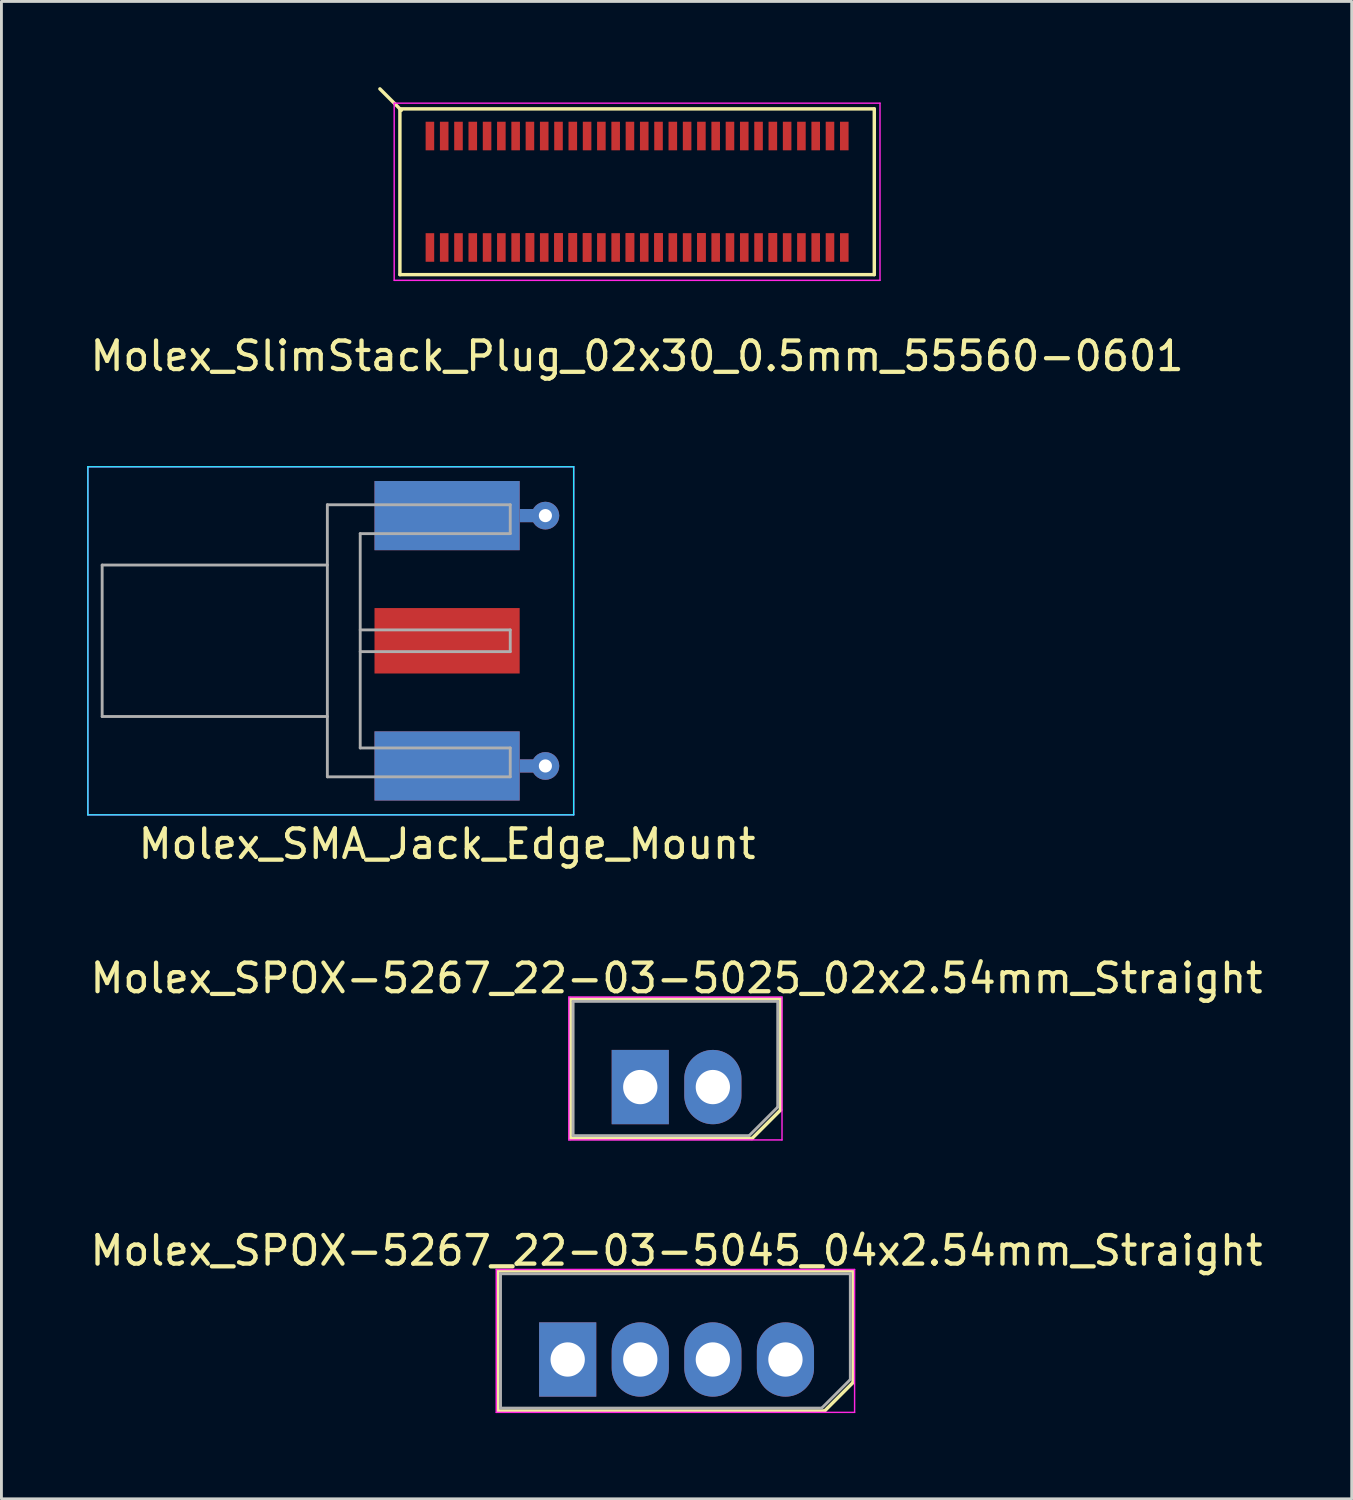
<source format=kicad_pcb>
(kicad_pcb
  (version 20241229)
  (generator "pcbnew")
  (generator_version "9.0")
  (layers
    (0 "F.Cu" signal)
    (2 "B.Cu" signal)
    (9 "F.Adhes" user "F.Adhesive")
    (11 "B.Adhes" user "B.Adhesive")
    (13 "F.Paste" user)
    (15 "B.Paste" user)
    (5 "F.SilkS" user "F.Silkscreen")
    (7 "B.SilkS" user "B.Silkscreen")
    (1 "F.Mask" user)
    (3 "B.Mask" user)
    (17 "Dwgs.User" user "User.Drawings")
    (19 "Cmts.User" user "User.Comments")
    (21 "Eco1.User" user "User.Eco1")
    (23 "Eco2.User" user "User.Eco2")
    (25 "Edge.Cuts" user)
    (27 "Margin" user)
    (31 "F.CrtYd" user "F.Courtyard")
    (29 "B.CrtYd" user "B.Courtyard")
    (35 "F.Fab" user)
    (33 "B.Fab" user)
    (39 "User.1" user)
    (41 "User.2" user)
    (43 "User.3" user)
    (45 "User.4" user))
  (footprint "Molex_SMA_Jack_Edge_Mount"
    (layer "F.Cu")
    (at 14.315 19.373)
    (property "Reference" "Molex_SMA_Jack_Edge_Mount" (at -1.72 7.11 0) (layer "F.SilkS") (effects (font (size 1 1) (thickness 0.15))))
    (attr smd)
    (fp_line (start -14.29 -6.09) (end -14.29 6.09) (stroke (width 0.05) (type solid)) (layer "B.CrtYd"))
    (fp_line (start -14.29 -6.09) (end 2.71 -6.09) (stroke (width 0.05) (type solid)) (layer "B.CrtYd"))
    (fp_line (start -14.29 6.09) (end 2.71 6.09) (stroke (width 0.05) (type solid)) (layer "B.CrtYd"))
    (fp_line (start 2.71 -6.09) (end 2.71 6.09) (stroke (width 0.05) (type solid)) (layer "B.CrtYd"))
    (fp_line (start -14.29 -6.09) (end -14.29 6.09) (stroke (width 0.05) (type solid)) (layer "F.CrtYd"))
    (fp_line (start -14.29 6.09) (end 2.71 6.09) (stroke (width 0.05) (type solid)) (layer "F.CrtYd"))
    (fp_line (start 2.71 -6.09) (end -14.29 -6.09) (stroke (width 0.05) (type solid)) (layer "F.CrtYd"))
    (fp_line (start 2.71 -6.09) (end 2.71 6.09) (stroke (width 0.05) (type solid)) (layer "F.CrtYd"))
    (fp_line (start -13.79 -2.65) (end -13.79 2.65) (stroke (width 0.1) (type solid)) (layer "F.Fab"))
    (fp_line (start -13.79 -2.65) (end -5.91 -2.65) (stroke (width 0.1) (type solid)) (layer "F.Fab"))
    (fp_line (start -13.79 2.65) (end -5.91 2.65) (stroke (width 0.1) (type solid)) (layer "F.Fab"))
    (fp_line (start -5.91 -4.76) (end -5.91 4.76) (stroke (width 0.1) (type solid)) (layer "F.Fab"))
    (fp_line (start -5.91 4.76) (end 0.49 4.76) (stroke (width 0.1) (type solid)) (layer "F.Fab"))
    (fp_line (start -4.76 -3.75) (end -4.76 3.75) (stroke (width 0.1) (type solid)) (layer "F.Fab"))
    (fp_line (start -4.76 -3.75) (end 0.49 -3.75) (stroke (width 0.1) (type solid)) (layer "F.Fab"))
    (fp_line (start -4.76 -0.38) (end 0.49 -0.38) (stroke (width 0.1) (type solid)) (layer "F.Fab"))
    (fp_line (start -4.76 0.38) (end 0.49 0.38) (stroke (width 0.1) (type solid)) (layer "F.Fab"))
    (fp_line (start -4.76 3.75) (end 0.49 3.75) (stroke (width 0.1) (type solid)) (layer "F.Fab"))
    (fp_line (start 0.49 -4.76) (end -5.91 -4.76) (stroke (width 0.1) (type solid)) (layer "F.Fab"))
    (fp_line (start 0.49 -4.76) (end 0.49 -3.75) (stroke (width 0.1) (type solid)) (layer "F.Fab"))
    (fp_line (start 0.49 -0.38) (end 0.49 0.38) (stroke (width 0.1) (type solid)) (layer "F.Fab"))
    (fp_line (start 0.49 3.75) (end 0.49 4.76) (stroke (width 0.1) (type solid)) (layer "F.Fab"))
    (pad "1" smd rect (at -1.72 0) (size 5.08 2.29) (layers "F.Cu" "F.Mask" "F.Paste"))
    (pad "2" smd rect (at -1.72 -4.38) (size 5.08 2.42) (layers "F.Cu" "F.Mask" "F.Paste"))
    (pad "2" smd rect (at -1.72 -4.38) (size 5.08 2.42) (layers "B.Cu" "B.Mask" "B.Paste"))
    (pad "2" smd rect (at -1.72 4.38) (size 5.08 2.42) (layers "F.Cu" "F.Mask" "F.Paste"))
    (pad "2" smd rect (at -1.72 4.38) (size 5.08 2.42) (layers "B.Cu" "B.Mask" "B.Paste"))
    (pad "2" smd rect (at 1.27 -4.38) (size 0.89 0.46) (layers "F.Cu"))
    (pad "2" smd rect (at 1.27 -4.38) (size 0.89 0.46) (layers "B.Cu"))
    (pad "2" smd rect (at 1.27 4.38) (size 0.89 0.46) (layers "F.Cu"))
    (pad "2" smd rect (at 1.27 4.38) (size 0.89 0.46) (layers "B.Cu"))
    (pad "2" thru_hole circle (at 1.72 -4.38) (size 0.97 0.97) (drill 0.46) (layers "*.Cu"))
    (pad "2" thru_hole circle (at 1.72 4.38) (size 0.97 0.97) (drill 0.46) (layers "*.Cu")))
  (footprint "Molex_SPOX-5267_22-03-5025_02x2.54mm_Straight"
    (layer "F.Cu")
    (at 19.355 34.99)
    (property "Reference" "Molex_SPOX-5267_22-03-5025_02x2.54mm_Straight" (at 1.27 -3.81 0) (layer "F.SilkS") (effects (font (size 1 1) (thickness 0.15))))
    (attr through_hole)
    (fp_line (start -2.45 -3.1) (end -2.45 1.8) (stroke (width 0.12) (type solid)) (layer "F.SilkS"))
    (fp_line (start -2.45 1.8) (end 3.91 1.8) (stroke (width 0.12) (type solid)) (layer "F.SilkS"))
    (fp_line (start 3.91 1.8) (end 4.91 0.8) (stroke (width 0.12) (type solid)) (layer "F.SilkS"))
    (fp_line (start 4.91 -3.1) (end -2.45 -3.1) (stroke (width 0.12) (type solid)) (layer "F.SilkS"))
    (fp_line (start 4.91 0.8) (end 4.91 -3.1) (stroke (width 0.12) (type solid)) (layer "F.SilkS"))
    (fp_line (start -2.5 -3.15) (end 4.96 -3.15) (stroke (width 0.05) (type solid)) (layer "F.CrtYd"))
    (fp_line (start -2.5 1.85) (end -2.5 -3.15) (stroke (width 0.05) (type solid)) (layer "F.CrtYd"))
    (fp_line (start 4.96 -3.15) (end 4.96 1.85) (stroke (width 0.05) (type solid)) (layer "F.CrtYd"))
    (fp_line (start 4.96 1.85) (end -2.5 1.85) (stroke (width 0.05) (type solid)) (layer "F.CrtYd"))
    (fp_line (start -2.35 -3) (end -2.35 1.7) (stroke (width 0.1) (type solid)) (layer "F.Fab"))
    (fp_line (start -2.35 1.7) (end 3.81 1.7) (stroke (width 0.1) (type solid)) (layer "F.Fab"))
    (fp_line (start 3.81 1.7) (end 4.81 0.7) (stroke (width 0.1) (type solid)) (layer "F.Fab"))
    (fp_line (start 4.81 -3) (end -2.35 -3) (stroke (width 0.1) (type solid)) (layer "F.Fab"))
    (fp_line (start 4.81 0.7) (end 4.81 -3) (stroke (width 0.1) (type solid)) (layer "F.Fab"))
    (pad "1" thru_hole rect (at 0 0) (size 2 2.6) (drill 1.2) (layers "*.Cu" "*.Mask"))
    (pad "2" thru_hole oval (at 2.54 0) (size 2 2.6) (drill 1.2) (layers "*.Cu" "*.Mask")))
  (footprint "Molex_SlimStack_Plug_02x30_0.5mm_55560-0601"
    (layer "F.Cu")
    (at 19.244 3.66)
    (property "Reference" "Molex_SlimStack_Plug_02x30_0.5mm_55560-0601" (at 0 5.75 0) (layer "F.SilkS") (effects (font (size 1 1) (thickness 0.15))))
    (attr smd)
    (fp_line (start -8.3 -2.9) (end -8.3 2.9) (stroke (width 0.12) (type solid)) (layer "F.SilkS"))
    (fp_line (start -8.3 2.9) (end 8.3 2.9) (stroke (width 0.12) (type solid)) (layer "F.SilkS"))
    (fp_line (start -8.25 -2.85) (end -9 -3.6) (stroke (width 0.12) (type solid)) (layer "F.SilkS"))
    (fp_line (start 8.3 -2.9) (end -8.3 -2.9) (stroke (width 0.12) (type solid)) (layer "F.SilkS"))
    (fp_line (start 8.3 2.9) (end 8.3 -2.9) (stroke (width 0.12) (type solid)) (layer "F.SilkS"))
    (fp_line (start -8.5 -3.1) (end -8.5 3.1) (stroke (width 0.05) (type solid)) (layer "F.CrtYd"))
    (fp_line (start -8.5 3.1) (end 8.5 3.1) (stroke (width 0.05) (type solid)) (layer "F.CrtYd"))
    (fp_line (start 8.5 -3.1) (end -8.5 -3.1) (stroke (width 0.05) (type solid)) (layer "F.CrtYd"))
    (fp_line (start 8.5 3.1) (end 8.5 -3.1) (stroke (width 0.05) (type solid)) (layer "F.CrtYd"))
    (pad "1" smd rect (at -7.25 -1.95) (size 0.3 1) (layers "F.Cu" "F.Mask" "F.Paste"))
    (pad "2" smd rect (at -7.25 1.95) (size 0.3 1) (layers "F.Cu" "F.Mask" "F.Paste"))
    (pad "3" smd rect (at -6.75 -1.95) (size 0.3 1) (layers "F.Cu" "F.Mask" "F.Paste"))
    (pad "4" smd rect (at -6.75 1.95) (size 0.3 1) (layers "F.Cu" "F.Mask" "F.Paste"))
    (pad "5" smd rect (at -6.25 -1.95) (size 0.3 1) (layers "F.Cu" "F.Mask" "F.Paste"))
    (pad "6" smd rect (at -6.25 1.95) (size 0.3 1) (layers "F.Cu" "F.Mask" "F.Paste"))
    (pad "7" smd rect (at -5.75 -1.95) (size 0.3 1) (layers "F.Cu" "F.Mask" "F.Paste"))
    (pad "8" smd rect (at -5.75 1.95) (size 0.3 1) (layers "F.Cu" "F.Mask" "F.Paste"))
    (pad "9" smd rect (at -5.25 -1.95) (size 0.3 1) (layers "F.Cu" "F.Mask" "F.Paste"))
    (pad "10" smd rect (at -5.25 1.95) (size 0.3 1) (layers "F.Cu" "F.Mask" "F.Paste"))
    (pad "11" smd rect (at -4.75 -1.95) (size 0.3 1) (layers "F.Cu" "F.Mask" "F.Paste"))
    (pad "12" smd rect (at -4.75 1.95) (size 0.3 1) (layers "F.Cu" "F.Mask" "F.Paste"))
    (pad "13" smd rect (at -4.25 -1.95) (size 0.3 1) (layers "F.Cu" "F.Mask" "F.Paste"))
    (pad "14" smd rect (at -4.25 1.95) (size 0.3 1) (layers "F.Cu" "F.Mask" "F.Paste"))
    (pad "15" smd rect (at -3.75 -1.95) (size 0.3 1) (layers "F.Cu" "F.Mask" "F.Paste"))
    (pad "16" smd rect (at -3.75 1.95) (size 0.3 1) (layers "F.Cu" "F.Mask" "F.Paste"))
    (pad "16" smd rect (at -3.75 1.95) (size 0.3 1) (layers "F.Cu" "F.Mask" "F.Paste"))
    (pad "17" smd rect (at -3.25 -1.95) (size 0.3 1) (layers "F.Cu" "F.Mask" "F.Paste"))
    (pad "18" smd rect (at -3.25 1.95) (size 0.3 1) (layers "F.Cu" "F.Mask" "F.Paste"))
    (pad "19" smd rect (at -2.75 -1.95) (size 0.3 1) (layers "F.Cu" "F.Mask" "F.Paste"))
    (pad "20" smd rect (at -2.75 1.95) (size 0.3 1) (layers "F.Cu" "F.Mask" "F.Paste"))
    (pad "20" smd rect (at -2.75 1.95) (size 0.3 1) (layers "F.Cu" "F.Mask" "F.Paste"))
    (pad "21" smd rect (at -2.25 -1.95) (size 0.3 1) (layers "F.Cu" "F.Mask" "F.Paste"))
    (pad "22" smd rect (at -2.25 1.95) (size 0.3 1) (layers "F.Cu" "F.Mask" "F.Paste"))
    (pad "22" smd rect (at -2.25 1.95) (size 0.3 1) (layers "F.Cu" "F.Mask" "F.Paste"))
    (pad "23" smd rect (at -1.75 -1.95) (size 0.3 1) (layers "F.Cu" "F.Mask" "F.Paste"))
    (pad "24" smd rect (at -1.75 1.95) (size 0.3 1) (layers "F.Cu" "F.Mask" "F.Paste"))
    (pad "24" smd rect (at -1.75 1.95) (size 0.3 1) (layers "F.Cu" "F.Mask" "F.Paste"))
    (pad "25" smd rect (at -1.25 -1.95) (size 0.3 1) (layers "F.Cu" "F.Mask" "F.Paste"))
    (pad "26" smd rect (at -1.25 1.95) (size 0.3 1) (layers "F.Cu" "F.Mask" "F.Paste"))
    (pad "27" smd rect (at -0.75 -1.95) (size 0.3 1) (layers "F.Cu" "F.Mask" "F.Paste"))
    (pad "28" smd rect (at -0.75 1.95) (size 0.3 1) (layers "F.Cu" "F.Mask" "F.Paste"))
    (pad "29" smd rect (at -0.25 -1.95) (size 0.3 1) (layers "F.Cu" "F.Mask" "F.Paste"))
    (pad "30" smd rect (at -0.25 1.95) (size 0.3 1) (layers "F.Cu" "F.Mask" "F.Paste"))
    (pad "30" smd rect (at -0.25 1.95) (size 0.3 1) (layers "F.Cu" "F.Mask" "F.Paste"))
    (pad "31" smd rect (at 0.25 -1.95) (size 0.3 1) (layers "F.Cu" "F.Mask" "F.Paste"))
    (pad "32" smd rect (at 0.25 1.95) (size 0.3 1) (layers "F.Cu" "F.Mask" "F.Paste"))
    (pad "33" smd rect (at 0.75 -1.95) (size 0.3 1) (layers "F.Cu" "F.Mask" "F.Paste"))
    (pad "34" smd rect (at 0.75 1.95) (size 0.3 1) (layers "F.Cu" "F.Mask" "F.Paste"))
    (pad "34" smd rect (at 0.75 1.95) (size 0.3 1) (layers "F.Cu" "F.Mask" "F.Paste"))
    (pad "35" smd rect (at 1.25 -1.95) (size 0.3 1) (layers "F.Cu" "F.Mask" "F.Paste"))
    (pad "36" smd rect (at 1.25 1.95) (size 0.3 1) (layers "F.Cu" "F.Mask" "F.Paste"))
    (pad "37" smd rect (at 1.75 -1.95) (size 0.3 1) (layers "F.Cu" "F.Mask" "F.Paste"))
    (pad "38" smd rect (at 1.75 1.95) (size 0.3 1) (layers "F.Cu" "F.Mask" "F.Paste"))
    (pad "39" smd rect (at 2.25 -1.95) (size 0.3 1) (layers "F.Cu" "F.Mask" "F.Paste"))
    (pad "40" smd rect (at 2.25 1.95) (size 0.3 1) (layers "F.Cu" "F.Mask" "F.Paste"))
    (pad "40" smd rect (at 2.25 1.95) (size 0.3 1) (layers "F.Cu" "F.Mask" "F.Paste"))
    (pad "41" smd rect (at 2.75 -1.95) (size 0.3 1) (layers "F.Cu" "F.Mask" "F.Paste"))
    (pad "42" smd rect (at 2.75 1.95) (size 0.3 1) (layers "F.Cu" "F.Mask" "F.Paste"))
    (pad "43" smd rect (at 3.25 -1.95) (size 0.3 1) (layers "F.Cu" "F.Mask" "F.Paste"))
    (pad "44" smd rect (at 3.25 1.95) (size 0.3 1) (layers "F.Cu" "F.Mask" "F.Paste"))
    (pad "45" smd rect (at 3.75 -1.95) (size 0.3 1) (layers "F.Cu" "F.Mask" "F.Paste"))
    (pad "46" smd rect (at 3.75 1.95) (size 0.3 1) (layers "F.Cu" "F.Mask" "F.Paste"))
    (pad "47" smd rect (at 4.25 -1.95) (size 0.3 1) (layers "F.Cu" "F.Mask" "F.Paste"))
    (pad "48" smd rect (at 4.25 1.95) (size 0.3 1) (layers "F.Cu" "F.Mask" "F.Paste"))
    (pad "49" smd rect (at 4.75 -1.95) (size 0.3 1) (layers "F.Cu" "F.Mask" "F.Paste"))
    (pad "50" smd rect (at 4.75 1.95) (size 0.3 1) (layers "F.Cu" "F.Mask" "F.Paste"))
    (pad "50" smd rect (at 4.75 1.95) (size 0.3 1) (layers "F.Cu" "F.Mask" "F.Paste"))
    (pad "51" smd rect (at 5.25 -1.95) (size 0.3 1) (layers "F.Cu" "F.Mask" "F.Paste"))
    (pad "52" smd rect (at 5.25 1.95) (size 0.3 1) (layers "F.Cu" "F.Mask" "F.Paste"))
    (pad "53" smd rect (at 5.75 -1.95) (size 0.3 1) (layers "F.Cu" "F.Mask" "F.Paste"))
    (pad "54" smd rect (at 5.75 1.95) (size 0.3 1) (layers "F.Cu" "F.Mask" "F.Paste"))
    (pad "55" smd rect (at 6.25 -1.95) (size 0.3 1) (layers "F.Cu" "F.Mask" "F.Paste"))
    (pad "56" smd rect (at 6.25 1.95) (size 0.3 1) (layers "F.Cu" "F.Mask" "F.Paste"))
    (pad "57" smd rect (at 6.75 -1.95) (size 0.3 1) (layers "F.Cu" "F.Mask" "F.Paste"))
    (pad "58" smd rect (at 6.75 1.95) (size 0.3 1) (layers "F.Cu" "F.Mask" "F.Paste"))
    (pad "59" smd rect (at 7.25 -1.95) (size 0.3 1) (layers "F.Cu" "F.Mask" "F.Paste"))
    (pad "60" smd rect (at 7.25 1.95) (size 0.3 1) (layers "F.Cu" "F.Mask" "F.Paste")))
  (footprint "Molex_SPOX-5267_22-03-5045_04x2.54mm_Straight"
    (layer "F.Cu")
    (at 16.815 44.523)
    (property "Reference" "Molex_SPOX-5267_22-03-5045_04x2.54mm_Straight" (at 3.81 -3.81 0) (layer "F.SilkS") (effects (font (size 1 1) (thickness 0.15))))
    (attr through_hole)
    (fp_line (start -2.45 -3.1) (end -2.45 1.8) (stroke (width 0.12) (type solid)) (layer "F.SilkS"))
    (fp_line (start -2.45 1.8) (end 8.99 1.8) (stroke (width 0.12) (type solid)) (layer "F.SilkS"))
    (fp_line (start 8.99 1.8) (end 9.99 0.8) (stroke (width 0.12) (type solid)) (layer "F.SilkS"))
    (fp_line (start 9.99 -3.1) (end -2.45 -3.1) (stroke (width 0.12) (type solid)) (layer "F.SilkS"))
    (fp_line (start 9.99 0.8) (end 9.99 -3.1) (stroke (width 0.12) (type solid)) (layer "F.SilkS"))
    (fp_line (start -2.5 -3.15) (end 10.04 -3.15) (stroke (width 0.05) (type solid)) (layer "F.CrtYd"))
    (fp_line (start -2.5 1.85) (end -2.5 -3.15) (stroke (width 0.05) (type solid)) (layer "F.CrtYd"))
    (fp_line (start 10.04 -3.15) (end 10.04 1.85) (stroke (width 0.05) (type solid)) (layer "F.CrtYd"))
    (fp_line (start 10.04 1.85) (end -2.5 1.85) (stroke (width 0.05) (type solid)) (layer "F.CrtYd"))
    (fp_line (start -2.35 -3) (end -2.35 1.7) (stroke (width 0.1) (type solid)) (layer "F.Fab"))
    (fp_line (start -2.35 1.7) (end 8.89 1.7) (stroke (width 0.1) (type solid)) (layer "F.Fab"))
    (fp_line (start 8.89 1.7) (end 9.89 0.7) (stroke (width 0.1) (type solid)) (layer "F.Fab"))
    (fp_line (start 9.89 -3) (end -2.35 -3) (stroke (width 0.1) (type solid)) (layer "F.Fab"))
    (fp_line (start 9.89 0.7) (end 9.89 -3) (stroke (width 0.1) (type solid)) (layer "F.Fab"))
    (pad "1" thru_hole rect (at 0 0) (size 2 2.6) (drill 1.2) (layers "*.Cu" "*.Mask"))
    (pad "2" thru_hole oval (at 2.54 0) (size 2 2.6) (drill 1.2) (layers "*.Cu" "*.Mask"))
    (pad "3" thru_hole oval (at 5.08 0) (size 2 2.6) (drill 1.2) (layers "*.Cu" "*.Mask"))
    (pad "4" thru_hole oval (at 7.62 0) (size 2 2.6) (drill 1.2) (layers "*.Cu" "*.Mask")))
  (gr_rect
    (start -3 -3)
    (end 44.25 49.398)
    (stroke (width 0.1) (type default))
    (fill no)
    (layer "Edge.Cuts")))
</source>
